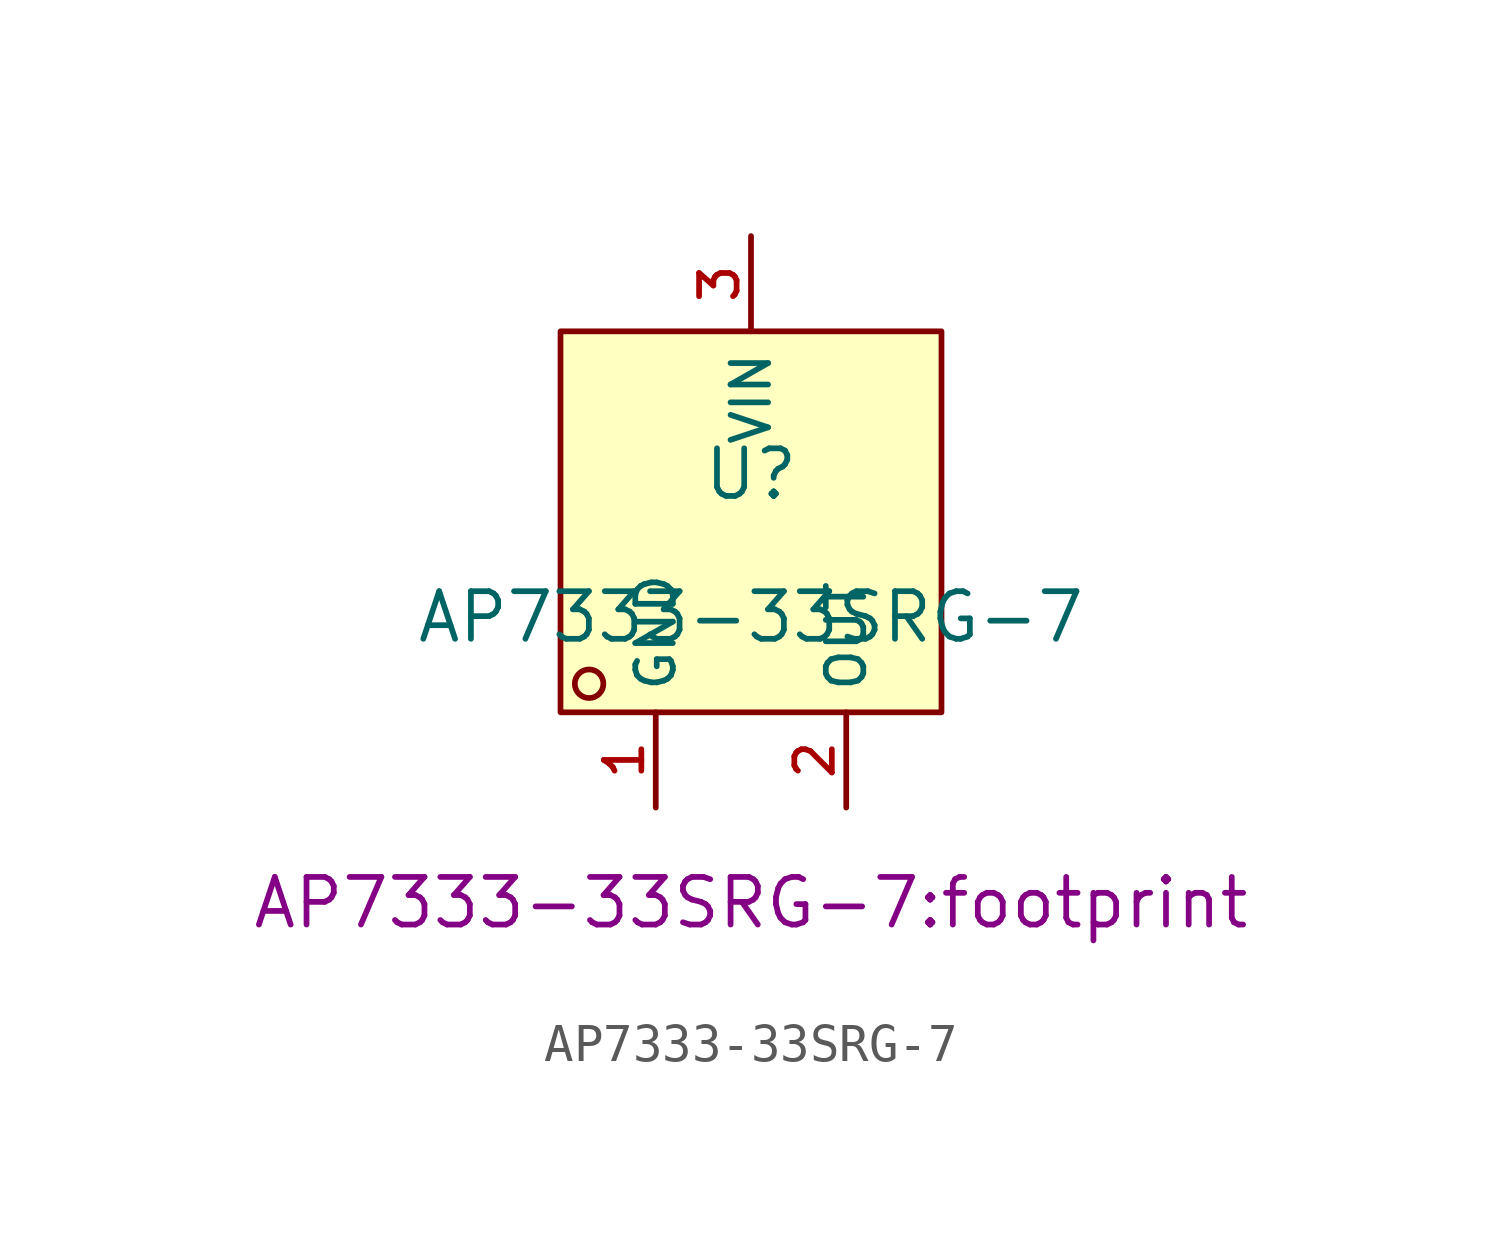
<source format=kicad_sym>
(kicad_symbol_lib
  (version 20210201)
  (generator TousstNicolas/JLC2KiCad_lib)
  (symbol "AP7333-33SRG-7"
    (property "Reference" "U"
      (at 0 1.27 0)
      (effects (font (size 1.27 1.27))))
    (property "Value" "AP7333-33SRG-7"
      (at 0 -2.54 0)
      (effects (font (size 1.27 1.27))))
    (property "Footprint" "AP7333-33SRG-7:footprint"
      (at 0 -10.16 0))
    (symbol "AP7333-33SRG-7_0_1"
      (rectangle (start -5.08 5.08) (end 5.08 -5.08) (stroke (width 0) (type default) (color 0 0 0 0)) (fill (type background)))
      (circle (center -4.318 -4.318) (radius 0.381) (stroke (width 0) (type default) (color 0 0 0 0)) (fill (type background)))
      (pin unspecified line (at -2.54 -7.62 90) (length 2.54) (name "GND" (effects (font (size 1 1)))) (number "1" (effects (font (size 1 1)))))
      (pin unspecified line (at 2.54 -7.62 90) (length 2.54) (name "OUT" (effects (font (size 1 1)))) (number "2" (effects (font (size 1 1)))))
      (pin unspecified line (at 0.0 7.62 270) (length 2.54) (name "VIN" (effects (font (size 1 1)))) (number "3" (effects (font (size 1 1))))))))
</source>
